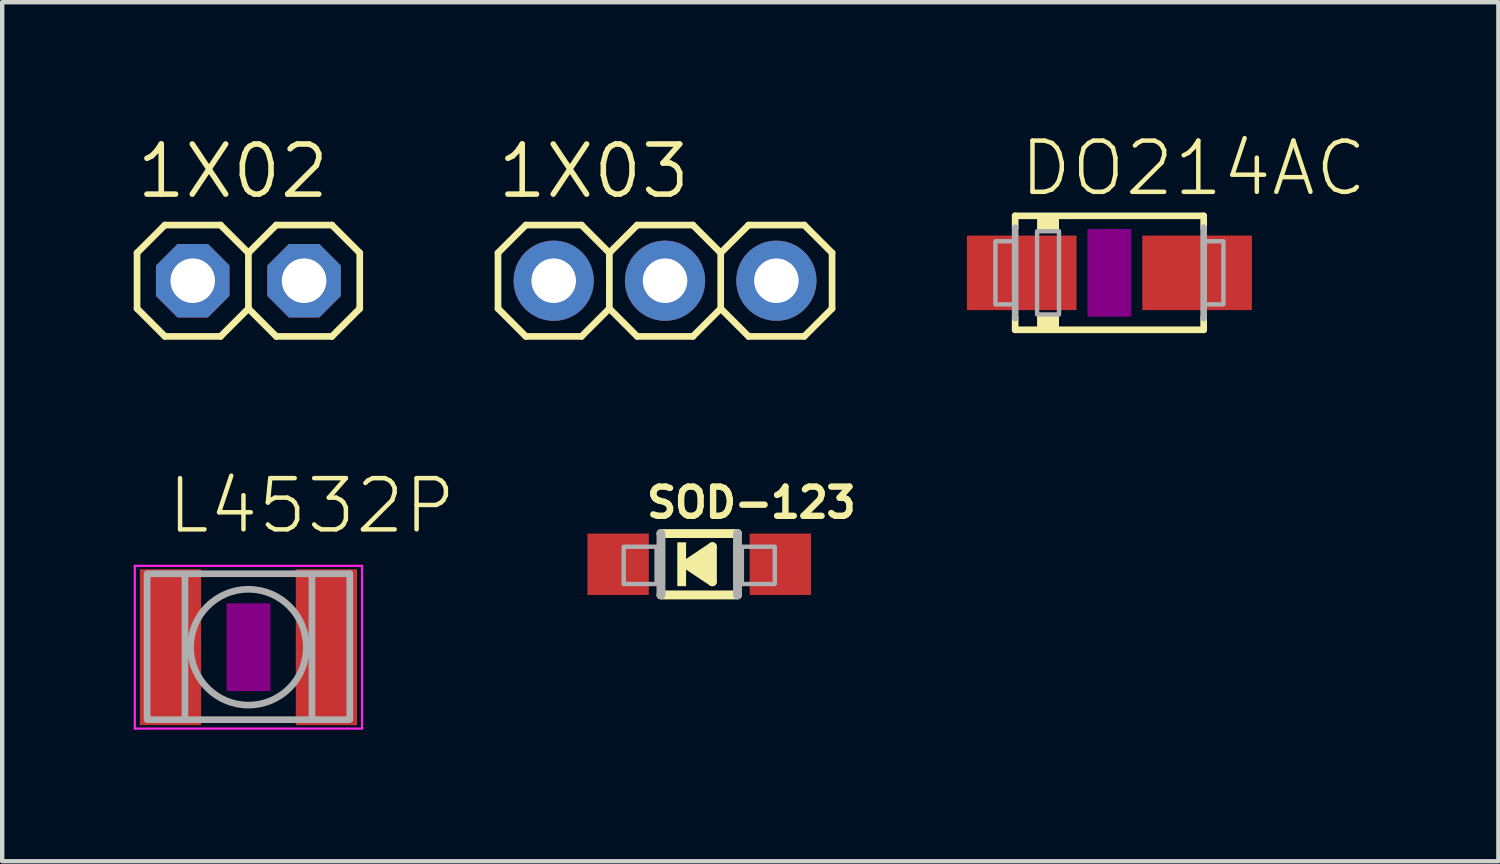
<source format=kicad_pcb>
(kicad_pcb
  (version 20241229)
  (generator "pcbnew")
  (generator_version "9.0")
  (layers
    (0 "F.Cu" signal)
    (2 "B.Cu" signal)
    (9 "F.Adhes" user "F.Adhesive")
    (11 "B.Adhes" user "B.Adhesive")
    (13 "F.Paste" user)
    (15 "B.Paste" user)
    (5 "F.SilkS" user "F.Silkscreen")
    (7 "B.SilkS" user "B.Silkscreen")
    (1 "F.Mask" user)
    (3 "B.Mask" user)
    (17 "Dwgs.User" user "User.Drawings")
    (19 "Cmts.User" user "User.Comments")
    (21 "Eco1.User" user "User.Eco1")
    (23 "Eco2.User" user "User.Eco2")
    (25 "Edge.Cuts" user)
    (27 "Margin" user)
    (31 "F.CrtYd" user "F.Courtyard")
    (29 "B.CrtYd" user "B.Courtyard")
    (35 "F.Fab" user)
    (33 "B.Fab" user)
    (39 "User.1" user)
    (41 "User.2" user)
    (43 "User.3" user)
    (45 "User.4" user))
  (footprint "SOD-123"
    (layer "F.Cu")
    (at 12.899 9.82)
    (property "Reference" "SOD-123" (at -1.27 -1.016 0) (unlocked yes) (layer "F.SilkS") (effects (font (size 0.666 0.666) (thickness 0.146)) (justify left bottom)))
    (fp_line (start -0.873 -0.7) (end 0.873 -0.7) (stroke (width 0.203) (type solid)) (layer "F.SilkS"))
    (fp_line (start -0.3 0) (end 0.3 -0.4) (stroke (width 0.203) (type solid)) (layer "F.SilkS"))
    (fp_line (start 0.3 -0.4) (end 0.3 0.4) (stroke (width 0.203) (type solid)) (layer "F.SilkS"))
    (fp_line (start 0.3 0.4) (end -0.3 0) (stroke (width 0.203) (type solid)) (layer "F.SilkS"))
    (fp_line (start 0.873 0.7) (end -0.873 0.7) (stroke (width 0.203) (type solid)) (layer "F.SilkS"))
    (fp_poly (pts (xy 0.302 0.39) (xy -0.283 0) (xy 0.302 -0.39)) (stroke (width 0) (type default)) (fill yes) (layer "F.SilkS"))
    (fp_poly (pts (xy -0.5 0.5) (xy -0.3 0.5) (xy -0.3 -0.5) (xy -0.5 -0.5)) (stroke (width 0) (type default)) (fill yes) (layer "F.SilkS"))
    (fp_line (start -0.873 0.7) (end -0.873 -0.7) (stroke (width 0.203) (type solid)) (layer "F.Fab"))
    (fp_line (start 0.873 -0.7) (end 0.873 0.7) (stroke (width 0.203) (type solid)) (layer "F.Fab"))
    (fp_poly (pts (xy -1.723 0.45) (xy -0.973 0.45) (xy -0.973 -0.4) (xy -1.723 -0.4)) (stroke (width 0.1) (type default)) (fill no) (layer "F.Fab"))
    (fp_poly (pts (xy 0.973 0.45) (xy 1.723 0.45) (xy 1.723 -0.4) (xy 0.973 -0.4)) (stroke (width 0.1) (type default)) (fill no) (layer "F.Fab"))
    (pad "A" smd rect (at 1.85 0 90) (size 1.4 1.4) (layers "F.Cu" "F.Mask" "F.Paste"))
    (pad "C" smd rect (at -1.85 0 90) (size 1.4 1.4) (layers "F.Cu" "F.Mask" "F.Paste")))
  (footprint "DO214AC"
    (layer "F.Cu")
    (at 22.255 3.173)
    (property "Reference" "DO214AC" (at -2.1 -1.7 0) (unlocked yes) (layer "F.SilkS") (effects (font (size 1.168 1.168) (thickness 0.102)) (justify left bottom)))
    (fp_line (start -2.15 -1.3) (end 2.15 -1.3) (stroke (width 0.152) (type solid)) (layer "F.SilkS"))
    (fp_line (start -2.15 -1.03) (end -2.15 -1.3) (stroke (width 0.152) (type solid)) (layer "F.SilkS"))
    (fp_line (start -2.15 1.03) (end -2.15 1.3) (stroke (width 0.152) (type solid)) (layer "F.SilkS"))
    (fp_line (start -2.15 1.3) (end 2.15 1.3) (stroke (width 0.152) (type solid)) (layer "F.SilkS"))
    (fp_line (start 2.15 -1.3) (end 2.15 -1.03) (stroke (width 0.152) (type solid)) (layer "F.SilkS"))
    (fp_line (start 2.15 1.3) (end 2.15 1.03) (stroke (width 0.152) (type solid)) (layer "F.SilkS"))
    (fp_poly (pts (xy -1.65 -0.95) (xy -1.15 -0.95) (xy -1.15 -1.3) (xy -1.65 -1.3)) (stroke (width 0) (type default)) (fill yes) (layer "F.SilkS"))
    (fp_poly (pts (xy -1.65 1.3) (xy -1.15 1.3) (xy -1.15 0.95) (xy -1.65 0.95)) (stroke (width 0) (type default)) (fill yes) (layer "F.SilkS"))
    (fp_poly (pts (xy -0.5 1) (xy 0.5 1) (xy 0.5 -1) (xy -0.5 -1)) (stroke (width 0) (type default)) (fill yes) (layer "F.Adhes"))
    (fp_line (start -2.15 1.03) (end -2.15 -1.03) (stroke (width 0.152) (type solid)) (layer "F.Fab"))
    (fp_line (start 2.15 1.03) (end 2.15 -1.03) (stroke (width 0.152) (type solid)) (layer "F.Fab"))
    (fp_poly (pts (xy -2.6 0.72) (xy -2.15 0.72) (xy -2.15 -0.72) (xy -2.6 -0.72)) (stroke (width 0.1) (type default)) (fill no) (layer "F.Fab"))
    (fp_poly (pts (xy -1.65 0.95) (xy -1.15 0.95) (xy -1.15 -0.95) (xy -1.65 -0.95)) (stroke (width 0.1) (type default)) (fill no) (layer "F.Fab"))
    (fp_poly (pts (xy 2.15 0.72) (xy 2.6 0.72) (xy 2.6 -0.72) (xy 2.15 -0.72)) (stroke (width 0.1) (type default)) (fill no) (layer "F.Fab"))
    (pad "A" smd rect (at 2 0) (size 2.5 1.7) (layers "F.Cu" "F.Mask" "F.Paste"))
    (pad "C" smd rect (at -2 0) (size 2.5 1.7) (layers "F.Cu" "F.Mask" "F.Paste")))
  (footprint "1X03"
    (layer "F.Cu")
    (at 12.119 3.353)
    (property "Reference" "1X03" (at -3.886 -1.829 0) (unlocked yes) (layer "F.SilkS") (effects (font (size 1.143 1.143) (thickness 0.127)) (justify left bottom)))
    (fp_line (start -3.81 -0.635) (end -3.81 0.635) (stroke (width 0.152) (type solid)) (layer "F.SilkS"))
    (fp_line (start -3.81 0.635) (end -3.175 1.27) (stroke (width 0.152) (type solid)) (layer "F.SilkS"))
    (fp_line (start -3.175 -1.27) (end -3.81 -0.635) (stroke (width 0.152) (type solid)) (layer "F.SilkS"))
    (fp_line (start -3.175 -1.27) (end -1.905 -1.27) (stroke (width 0.152) (type solid)) (layer "F.SilkS"))
    (fp_line (start -1.905 -1.27) (end -1.27 -0.635) (stroke (width 0.152) (type solid)) (layer "F.SilkS"))
    (fp_line (start -1.905 1.27) (end -3.175 1.27) (stroke (width 0.152) (type solid)) (layer "F.SilkS"))
    (fp_line (start -1.27 -0.635) (end -1.27 0.635) (stroke (width 0.152) (type solid)) (layer "F.SilkS"))
    (fp_line (start -1.27 -0.635) (end -0.635 -1.27) (stroke (width 0.152) (type solid)) (layer "F.SilkS"))
    (fp_line (start -1.27 0.635) (end -1.905 1.27) (stroke (width 0.152) (type solid)) (layer "F.SilkS"))
    (fp_line (start -0.635 -1.27) (end 0.635 -1.27) (stroke (width 0.152) (type solid)) (layer "F.SilkS"))
    (fp_line (start -0.635 1.27) (end -1.27 0.635) (stroke (width 0.152) (type solid)) (layer "F.SilkS"))
    (fp_line (start 0.635 -1.27) (end 1.27 -0.635) (stroke (width 0.152) (type solid)) (layer "F.SilkS"))
    (fp_line (start 0.635 1.27) (end -0.635 1.27) (stroke (width 0.152) (type solid)) (layer "F.SilkS"))
    (fp_line (start 1.27 -0.635) (end 1.27 0.635) (stroke (width 0.152) (type solid)) (layer "F.SilkS"))
    (fp_line (start 1.27 -0.635) (end 1.905 -1.27) (stroke (width 0.152) (type solid)) (layer "F.SilkS"))
    (fp_line (start 1.27 0.635) (end 0.635 1.27) (stroke (width 0.152) (type solid)) (layer "F.SilkS"))
    (fp_line (start 1.905 -1.27) (end 3.175 -1.27) (stroke (width 0.152) (type solid)) (layer "F.SilkS"))
    (fp_line (start 1.905 1.27) (end 1.27 0.635) (stroke (width 0.152) (type solid)) (layer "F.SilkS"))
    (fp_line (start 3.175 -1.27) (end 3.81 -0.635) (stroke (width 0.152) (type solid)) (layer "F.SilkS"))
    (fp_line (start 3.175 1.27) (end 1.905 1.27) (stroke (width 0.152) (type solid)) (layer "F.SilkS"))
    (fp_line (start 3.81 -0.635) (end 3.81 0.635) (stroke (width 0.152) (type solid)) (layer "F.SilkS"))
    (fp_line (start 3.81 0.635) (end 3.175 1.27) (stroke (width 0.152) (type solid)) (layer "F.SilkS"))
    (fp_poly (pts (xy -2.794 0.254) (xy -2.286 0.254) (xy -2.286 -0.254) (xy -2.794 -0.254)) (stroke (width 0.1) (type default)) (fill no) (layer "F.Fab"))
    (fp_poly (pts (xy -0.254 0.254) (xy 0.254 0.254) (xy 0.254 -0.254) (xy -0.254 -0.254)) (stroke (width 0.1) (type default)) (fill no) (layer "F.Fab"))
    (fp_poly (pts (xy 2.286 0.254) (xy 2.794 0.254) (xy 2.794 -0.254) (xy 2.286 -0.254)) (stroke (width 0.1) (type default)) (fill no) (layer "F.Fab"))
    (pad "1" thru_hole circle (at -2.54 0 90) (size 1.829 1.829) (drill 1.016) (layers "*.Cu" "*.Mask"))
    (pad "2" thru_hole circle (at 0 0 90) (size 1.829 1.829) (drill 1.016) (layers "*.Cu" "*.Mask"))
    (pad "3" thru_hole circle (at 2.54 0 90) (size 1.829 1.829) (drill 1.016) (layers "*.Cu" "*.Mask")))
  (footprint "1X02"
    (layer "F.Cu")
    (at 2.616 3.353)
    (property "Reference" "1X02" (at -2.616 -1.829 0) (unlocked yes) (layer "F.SilkS") (effects (font (size 1.143 1.143) (thickness 0.127)) (justify left bottom)))
    (fp_line (start -2.54 -0.635) (end -2.54 0.635) (stroke (width 0.152) (type solid)) (layer "F.SilkS"))
    (fp_line (start -2.54 0.635) (end -1.905 1.27) (stroke (width 0.152) (type solid)) (layer "F.SilkS"))
    (fp_line (start -1.905 -1.27) (end -2.54 -0.635) (stroke (width 0.152) (type solid)) (layer "F.SilkS"))
    (fp_line (start -1.905 -1.27) (end -0.635 -1.27) (stroke (width 0.152) (type solid)) (layer "F.SilkS"))
    (fp_line (start -0.635 -1.27) (end 0 -0.635) (stroke (width 0.152) (type solid)) (layer "F.SilkS"))
    (fp_line (start -0.635 1.27) (end -1.905 1.27) (stroke (width 0.152) (type solid)) (layer "F.SilkS"))
    (fp_line (start 0 -0.635) (end 0 0.635) (stroke (width 0.152) (type solid)) (layer "F.SilkS"))
    (fp_line (start 0 -0.635) (end 0.635 -1.27) (stroke (width 0.152) (type solid)) (layer "F.SilkS"))
    (fp_line (start 0 0.635) (end -0.635 1.27) (stroke (width 0.152) (type solid)) (layer "F.SilkS"))
    (fp_line (start 0.635 -1.27) (end 1.905 -1.27) (stroke (width 0.152) (type solid)) (layer "F.SilkS"))
    (fp_line (start 0.635 1.27) (end 0 0.635) (stroke (width 0.152) (type solid)) (layer "F.SilkS"))
    (fp_line (start 1.905 -1.27) (end 2.54 -0.635) (stroke (width 0.152) (type solid)) (layer "F.SilkS"))
    (fp_line (start 1.905 1.27) (end 0.635 1.27) (stroke (width 0.152) (type solid)) (layer "F.SilkS"))
    (fp_line (start 2.54 -0.635) (end 2.54 0.635) (stroke (width 0.152) (type solid)) (layer "F.SilkS"))
    (fp_line (start 2.54 0.635) (end 1.905 1.27) (stroke (width 0.152) (type solid)) (layer "F.SilkS"))
    (fp_poly (pts (xy -1.524 0.254) (xy -1.016 0.254) (xy -1.016 -0.254) (xy -1.524 -0.254)) (stroke (width 0.1) (type default)) (fill no) (layer "F.Fab"))
    (fp_poly (pts (xy 1.016 0.254) (xy 1.524 0.254) (xy 1.524 -0.254) (xy 1.016 -0.254)) (stroke (width 0.1) (type default)) (fill no) (layer "F.Fab"))
    (pad "1" thru_hole roundrect (at -1.27 0 90) (size 1.676 1.676) (drill 1.016) (layers "*.Cu" "*.Mask") (roundrect_rratio 0.25) (chamfer_ratio 0.293) (chamfer top_left top_right bottom_left bottom_right))
    (pad "2" thru_hole roundrect (at 1.27 0 90) (size 1.676 1.676) (drill 1.016) (layers "*.Cu" "*.Mask") (roundrect_rratio 0.25) (chamfer_ratio 0.293) (chamfer top_left top_right bottom_left bottom_right)))
  (footprint "L4532P"
    (layer "F.Cu")
    (at 2.617 11.712)
    (property "Reference" "L4532P" (at -1.905 -2.54 0) (unlocked yes) (layer "F.SilkS") (effects (font (size 1.168 1.168) (thickness 0.102)) (justify left bottom)))
    (fp_poly (pts (xy -0.5 1) (xy 0.5 1) (xy 0.5 -1) (xy -0.5 -1)) (stroke (width 0) (type default)) (fill yes) (layer "F.Adhes"))
    (fp_line (start -2.592 -1.856) (end 2.592 -1.856) (stroke (width 0.051) (type solid)) (layer "F.CrtYd"))
    (fp_line (start -2.592 1.856) (end -2.592 -1.856) (stroke (width 0.051) (type solid)) (layer "F.CrtYd"))
    (fp_line (start 2.592 -1.856) (end 2.592 1.856) (stroke (width 0.051) (type solid)) (layer "F.CrtYd"))
    (fp_line (start 2.592 1.856) (end -2.592 1.856) (stroke (width 0.051) (type solid)) (layer "F.CrtYd"))
    (fp_line (start -2.311 -1.675) (end 2.311 -1.675) (stroke (width 0.152) (type solid)) (layer "F.Fab"))
    (fp_line (start -2.311 -1.626) (end -2.311 1.626) (stroke (width 0.152) (type solid)) (layer "F.Fab"))
    (fp_line (start -2.311 1.653) (end 2.311 1.653) (stroke (width 0.152) (type solid)) (layer "F.Fab"))
    (fp_line (start -1.448 -1.651) (end -1.448 1.626) (stroke (width 0.152) (type solid)) (layer "F.Fab"))
    (fp_line (start 1.448 -1.626) (end 1.448 1.626) (stroke (width 0.152) (type solid)) (layer "F.Fab"))
    (fp_line (start 2.311 -1.675) (end 2.311 1.626) (stroke (width 0.152) (type solid)) (layer "F.Fab"))
    (fp_circle (center 0 0) (end 1.321 0) (stroke (width 0.152) (type solid)) (fill no) (layer "F.Fab"))
    (pad "1" smd rect (at -1.778 0) (size 1.397 3.556) (layers "F.Cu" "F.Mask" "F.Paste"))
    (pad "2" smd rect (at 1.778 0) (size 1.397 3.556) (layers "F.Cu" "F.Mask" "F.Paste")))
  (gr_rect
    (start -3 -3)
    (end 31.127 16.594)
    (stroke (width 0.1) (type default))
    (fill no)
    (layer "Edge.Cuts")))
</source>
